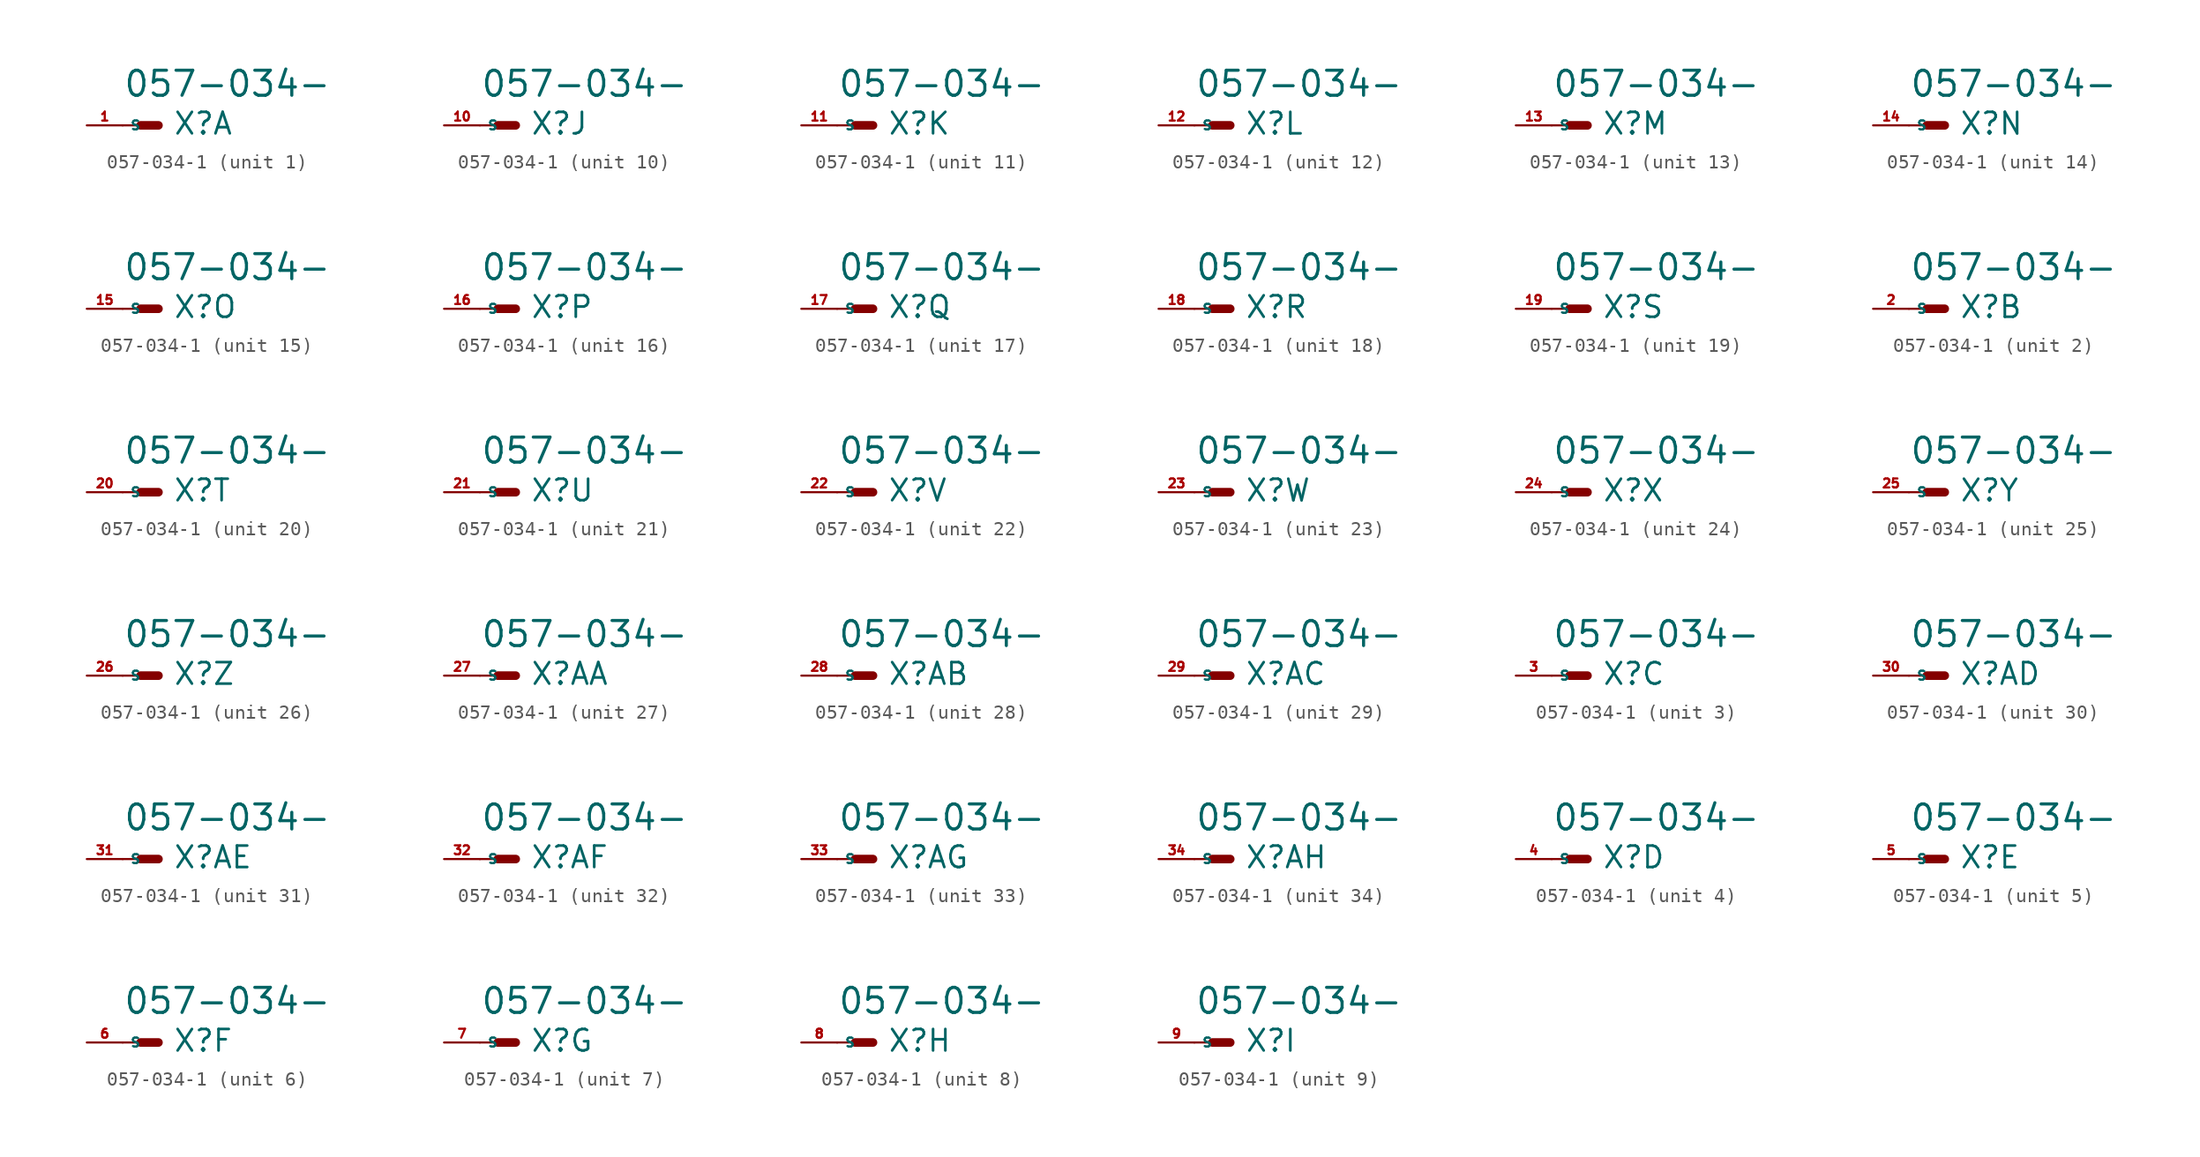
<source format=kicad_sym>
(kicad_symbol_lib
  (version 20220914)
  (generator Eagle2Kicad)
  (symbol "057-034-1"
    (property "Reference" "X"
      (at 1.016 -0.762 0)
      (effects (font (size 1.524 1.524) (thickness 0.19)) (justify left bottom)))
    (property "Value" "057-034-"
      (at -2.54 1.905 0)
      (effects (font (size 1.778 1.778) (thickness 0.22)) (justify left bottom)))
    (symbol "057-034-1_1_0"
      (polyline (pts (xy 0 0) (xy -1.27 0)) (stroke (width 0.61) (type default)) (fill (type none)))
      (polyline (pts (xy -2.54 0) (xy -1.27 0)) (stroke (width 0.152) (type default)) (fill (type none)))
      (pin passive line (at -5.08 0 0) (length 2.54) (name "S" (effects (font (size 0.635 0.635) (thickness 0.08)) (justify left bottom))) (number "1" (effects (font (size 0.635 0.635) (thickness 0.08)) (justify left bottom)))))
    (symbol "057-034-1_2_0"
      (polyline (pts (xy 0 0) (xy -1.27 0)) (stroke (width 0.61) (type default)) (fill (type none)))
      (polyline (pts (xy -2.54 0) (xy -1.27 0)) (stroke (width 0.152) (type default)) (fill (type none)))
      (pin passive line (at -5.08 0 0) (length 2.54) (name "S" (effects (font (size 0.635 0.635) (thickness 0.08)) (justify left bottom))) (number "2" (effects (font (size 0.635 0.635) (thickness 0.08)) (justify left bottom)))))
    (symbol "057-034-1_3_0"
      (polyline (pts (xy 0 0) (xy -1.27 0)) (stroke (width 0.61) (type default)) (fill (type none)))
      (polyline (pts (xy -2.54 0) (xy -1.27 0)) (stroke (width 0.152) (type default)) (fill (type none)))
      (pin passive line (at -5.08 0 0) (length 2.54) (name "S" (effects (font (size 0.635 0.635) (thickness 0.08)) (justify left bottom))) (number "3" (effects (font (size 0.635 0.635) (thickness 0.08)) (justify left bottom)))))
    (symbol "057-034-1_4_0"
      (polyline (pts (xy 0 0) (xy -1.27 0)) (stroke (width 0.61) (type default)) (fill (type none)))
      (polyline (pts (xy -2.54 0) (xy -1.27 0)) (stroke (width 0.152) (type default)) (fill (type none)))
      (pin passive line (at -5.08 0 0) (length 2.54) (name "S" (effects (font (size 0.635 0.635) (thickness 0.08)) (justify left bottom))) (number "4" (effects (font (size 0.635 0.635) (thickness 0.08)) (justify left bottom)))))
    (symbol "057-034-1_5_0"
      (polyline (pts (xy 0 0) (xy -1.27 0)) (stroke (width 0.61) (type default)) (fill (type none)))
      (polyline (pts (xy -2.54 0) (xy -1.27 0)) (stroke (width 0.152) (type default)) (fill (type none)))
      (pin passive line (at -5.08 0 0) (length 2.54) (name "S" (effects (font (size 0.635 0.635) (thickness 0.08)) (justify left bottom))) (number "5" (effects (font (size 0.635 0.635) (thickness 0.08)) (justify left bottom)))))
    (symbol "057-034-1_6_0"
      (polyline (pts (xy 0 0) (xy -1.27 0)) (stroke (width 0.61) (type default)) (fill (type none)))
      (polyline (pts (xy -2.54 0) (xy -1.27 0)) (stroke (width 0.152) (type default)) (fill (type none)))
      (pin passive line (at -5.08 0 0) (length 2.54) (name "S" (effects (font (size 0.635 0.635) (thickness 0.08)) (justify left bottom))) (number "6" (effects (font (size 0.635 0.635) (thickness 0.08)) (justify left bottom)))))
    (symbol "057-034-1_7_0"
      (polyline (pts (xy 0 0) (xy -1.27 0)) (stroke (width 0.61) (type default)) (fill (type none)))
      (polyline (pts (xy -2.54 0) (xy -1.27 0)) (stroke (width 0.152) (type default)) (fill (type none)))
      (pin passive line (at -5.08 0 0) (length 2.54) (name "S" (effects (font (size 0.635 0.635) (thickness 0.08)) (justify left bottom))) (number "7" (effects (font (size 0.635 0.635) (thickness 0.08)) (justify left bottom)))))
    (symbol "057-034-1_8_0"
      (polyline (pts (xy 0 0) (xy -1.27 0)) (stroke (width 0.61) (type default)) (fill (type none)))
      (polyline (pts (xy -2.54 0) (xy -1.27 0)) (stroke (width 0.152) (type default)) (fill (type none)))
      (pin passive line (at -5.08 0 0) (length 2.54) (name "S" (effects (font (size 0.635 0.635) (thickness 0.08)) (justify left bottom))) (number "8" (effects (font (size 0.635 0.635) (thickness 0.08)) (justify left bottom)))))
    (symbol "057-034-1_9_0"
      (polyline (pts (xy 0 0) (xy -1.27 0)) (stroke (width 0.61) (type default)) (fill (type none)))
      (polyline (pts (xy -2.54 0) (xy -1.27 0)) (stroke (width 0.152) (type default)) (fill (type none)))
      (pin passive line (at -5.08 0 0) (length 2.54) (name "S" (effects (font (size 0.635 0.635) (thickness 0.08)) (justify left bottom))) (number "9" (effects (font (size 0.635 0.635) (thickness 0.08)) (justify left bottom)))))
    (symbol "057-034-1_10_0"
      (polyline (pts (xy 0 0) (xy -1.27 0)) (stroke (width 0.61) (type default)) (fill (type none)))
      (polyline (pts (xy -2.54 0) (xy -1.27 0)) (stroke (width 0.152) (type default)) (fill (type none)))
      (pin passive line (at -5.08 0 0) (length 2.54) (name "S" (effects (font (size 0.635 0.635) (thickness 0.08)) (justify left bottom))) (number "10" (effects (font (size 0.635 0.635) (thickness 0.08)) (justify left bottom)))))
    (symbol "057-034-1_11_0"
      (polyline (pts (xy 0 0) (xy -1.27 0)) (stroke (width 0.61) (type default)) (fill (type none)))
      (polyline (pts (xy -2.54 0) (xy -1.27 0)) (stroke (width 0.152) (type default)) (fill (type none)))
      (pin passive line (at -5.08 0 0) (length 2.54) (name "S" (effects (font (size 0.635 0.635) (thickness 0.08)) (justify left bottom))) (number "11" (effects (font (size 0.635 0.635) (thickness 0.08)) (justify left bottom)))))
    (symbol "057-034-1_12_0"
      (polyline (pts (xy 0 0) (xy -1.27 0)) (stroke (width 0.61) (type default)) (fill (type none)))
      (polyline (pts (xy -2.54 0) (xy -1.27 0)) (stroke (width 0.152) (type default)) (fill (type none)))
      (pin passive line (at -5.08 0 0) (length 2.54) (name "S" (effects (font (size 0.635 0.635) (thickness 0.08)) (justify left bottom))) (number "12" (effects (font (size 0.635 0.635) (thickness 0.08)) (justify left bottom)))))
    (symbol "057-034-1_13_0"
      (polyline (pts (xy 0 0) (xy -1.27 0)) (stroke (width 0.61) (type default)) (fill (type none)))
      (polyline (pts (xy -2.54 0) (xy -1.27 0)) (stroke (width 0.152) (type default)) (fill (type none)))
      (pin passive line (at -5.08 0 0) (length 2.54) (name "S" (effects (font (size 0.635 0.635) (thickness 0.08)) (justify left bottom))) (number "13" (effects (font (size 0.635 0.635) (thickness 0.08)) (justify left bottom)))))
    (symbol "057-034-1_14_0"
      (polyline (pts (xy 0 0) (xy -1.27 0)) (stroke (width 0.61) (type default)) (fill (type none)))
      (polyline (pts (xy -2.54 0) (xy -1.27 0)) (stroke (width 0.152) (type default)) (fill (type none)))
      (pin passive line (at -5.08 0 0) (length 2.54) (name "S" (effects (font (size 0.635 0.635) (thickness 0.08)) (justify left bottom))) (number "14" (effects (font (size 0.635 0.635) (thickness 0.08)) (justify left bottom)))))
    (symbol "057-034-1_15_0"
      (polyline (pts (xy 0 0) (xy -1.27 0)) (stroke (width 0.61) (type default)) (fill (type none)))
      (polyline (pts (xy -2.54 0) (xy -1.27 0)) (stroke (width 0.152) (type default)) (fill (type none)))
      (pin passive line (at -5.08 0 0) (length 2.54) (name "S" (effects (font (size 0.635 0.635) (thickness 0.08)) (justify left bottom))) (number "15" (effects (font (size 0.635 0.635) (thickness 0.08)) (justify left bottom)))))
    (symbol "057-034-1_16_0"
      (polyline (pts (xy 0 0) (xy -1.27 0)) (stroke (width 0.61) (type default)) (fill (type none)))
      (polyline (pts (xy -2.54 0) (xy -1.27 0)) (stroke (width 0.152) (type default)) (fill (type none)))
      (pin passive line (at -5.08 0 0) (length 2.54) (name "S" (effects (font (size 0.635 0.635) (thickness 0.08)) (justify left bottom))) (number "16" (effects (font (size 0.635 0.635) (thickness 0.08)) (justify left bottom)))))
    (symbol "057-034-1_17_0"
      (polyline (pts (xy 0 0) (xy -1.27 0)) (stroke (width 0.61) (type default)) (fill (type none)))
      (polyline (pts (xy -2.54 0) (xy -1.27 0)) (stroke (width 0.152) (type default)) (fill (type none)))
      (pin passive line (at -5.08 0 0) (length 2.54) (name "S" (effects (font (size 0.635 0.635) (thickness 0.08)) (justify left bottom))) (number "17" (effects (font (size 0.635 0.635) (thickness 0.08)) (justify left bottom)))))
    (symbol "057-034-1_18_0"
      (polyline (pts (xy 0 0) (xy -1.27 0)) (stroke (width 0.61) (type default)) (fill (type none)))
      (polyline (pts (xy -2.54 0) (xy -1.27 0)) (stroke (width 0.152) (type default)) (fill (type none)))
      (pin passive line (at -5.08 0 0) (length 2.54) (name "S" (effects (font (size 0.635 0.635) (thickness 0.08)) (justify left bottom))) (number "18" (effects (font (size 0.635 0.635) (thickness 0.08)) (justify left bottom)))))
    (symbol "057-034-1_19_0"
      (polyline (pts (xy 0 0) (xy -1.27 0)) (stroke (width 0.61) (type default)) (fill (type none)))
      (polyline (pts (xy -2.54 0) (xy -1.27 0)) (stroke (width 0.152) (type default)) (fill (type none)))
      (pin passive line (at -5.08 0 0) (length 2.54) (name "S" (effects (font (size 0.635 0.635) (thickness 0.08)) (justify left bottom))) (number "19" (effects (font (size 0.635 0.635) (thickness 0.08)) (justify left bottom)))))
    (symbol "057-034-1_20_0"
      (polyline (pts (xy 0 0) (xy -1.27 0)) (stroke (width 0.61) (type default)) (fill (type none)))
      (polyline (pts (xy -2.54 0) (xy -1.27 0)) (stroke (width 0.152) (type default)) (fill (type none)))
      (pin passive line (at -5.08 0 0) (length 2.54) (name "S" (effects (font (size 0.635 0.635) (thickness 0.08)) (justify left bottom))) (number "20" (effects (font (size 0.635 0.635) (thickness 0.08)) (justify left bottom)))))
    (symbol "057-034-1_21_0"
      (polyline (pts (xy 0 0) (xy -1.27 0)) (stroke (width 0.61) (type default)) (fill (type none)))
      (polyline (pts (xy -2.54 0) (xy -1.27 0)) (stroke (width 0.152) (type default)) (fill (type none)))
      (pin passive line (at -5.08 0 0) (length 2.54) (name "S" (effects (font (size 0.635 0.635) (thickness 0.08)) (justify left bottom))) (number "21" (effects (font (size 0.635 0.635) (thickness 0.08)) (justify left bottom)))))
    (symbol "057-034-1_22_0"
      (polyline (pts (xy 0 0) (xy -1.27 0)) (stroke (width 0.61) (type default)) (fill (type none)))
      (polyline (pts (xy -2.54 0) (xy -1.27 0)) (stroke (width 0.152) (type default)) (fill (type none)))
      (pin passive line (at -5.08 0 0) (length 2.54) (name "S" (effects (font (size 0.635 0.635) (thickness 0.08)) (justify left bottom))) (number "22" (effects (font (size 0.635 0.635) (thickness 0.08)) (justify left bottom)))))
    (symbol "057-034-1_23_0"
      (polyline (pts (xy 0 0) (xy -1.27 0)) (stroke (width 0.61) (type default)) (fill (type none)))
      (polyline (pts (xy -2.54 0) (xy -1.27 0)) (stroke (width 0.152) (type default)) (fill (type none)))
      (pin passive line (at -5.08 0 0) (length 2.54) (name "S" (effects (font (size 0.635 0.635) (thickness 0.08)) (justify left bottom))) (number "23" (effects (font (size 0.635 0.635) (thickness 0.08)) (justify left bottom)))))
    (symbol "057-034-1_24_0"
      (polyline (pts (xy 0 0) (xy -1.27 0)) (stroke (width 0.61) (type default)) (fill (type none)))
      (polyline (pts (xy -2.54 0) (xy -1.27 0)) (stroke (width 0.152) (type default)) (fill (type none)))
      (pin passive line (at -5.08 0 0) (length 2.54) (name "S" (effects (font (size 0.635 0.635) (thickness 0.08)) (justify left bottom))) (number "24" (effects (font (size 0.635 0.635) (thickness 0.08)) (justify left bottom)))))
    (symbol "057-034-1_25_0"
      (polyline (pts (xy 0 0) (xy -1.27 0)) (stroke (width 0.61) (type default)) (fill (type none)))
      (polyline (pts (xy -2.54 0) (xy -1.27 0)) (stroke (width 0.152) (type default)) (fill (type none)))
      (pin passive line (at -5.08 0 0) (length 2.54) (name "S" (effects (font (size 0.635 0.635) (thickness 0.08)) (justify left bottom))) (number "25" (effects (font (size 0.635 0.635) (thickness 0.08)) (justify left bottom)))))
    (symbol "057-034-1_26_0"
      (polyline (pts (xy 0 0) (xy -1.27 0)) (stroke (width 0.61) (type default)) (fill (type none)))
      (polyline (pts (xy -2.54 0) (xy -1.27 0)) (stroke (width 0.152) (type default)) (fill (type none)))
      (pin passive line (at -5.08 0 0) (length 2.54) (name "S" (effects (font (size 0.635 0.635) (thickness 0.08)) (justify left bottom))) (number "26" (effects (font (size 0.635 0.635) (thickness 0.08)) (justify left bottom)))))
    (symbol "057-034-1_27_0"
      (polyline (pts (xy 0 0) (xy -1.27 0)) (stroke (width 0.61) (type default)) (fill (type none)))
      (polyline (pts (xy -2.54 0) (xy -1.27 0)) (stroke (width 0.152) (type default)) (fill (type none)))
      (pin passive line (at -5.08 0 0) (length 2.54) (name "S" (effects (font (size 0.635 0.635) (thickness 0.08)) (justify left bottom))) (number "27" (effects (font (size 0.635 0.635) (thickness 0.08)) (justify left bottom)))))
    (symbol "057-034-1_28_0"
      (polyline (pts (xy 0 0) (xy -1.27 0)) (stroke (width 0.61) (type default)) (fill (type none)))
      (polyline (pts (xy -2.54 0) (xy -1.27 0)) (stroke (width 0.152) (type default)) (fill (type none)))
      (pin passive line (at -5.08 0 0) (length 2.54) (name "S" (effects (font (size 0.635 0.635) (thickness 0.08)) (justify left bottom))) (number "28" (effects (font (size 0.635 0.635) (thickness 0.08)) (justify left bottom)))))
    (symbol "057-034-1_29_0"
      (polyline (pts (xy 0 0) (xy -1.27 0)) (stroke (width 0.61) (type default)) (fill (type none)))
      (polyline (pts (xy -2.54 0) (xy -1.27 0)) (stroke (width 0.152) (type default)) (fill (type none)))
      (pin passive line (at -5.08 0 0) (length 2.54) (name "S" (effects (font (size 0.635 0.635) (thickness 0.08)) (justify left bottom))) (number "29" (effects (font (size 0.635 0.635) (thickness 0.08)) (justify left bottom)))))
    (symbol "057-034-1_30_0"
      (polyline (pts (xy 0 0) (xy -1.27 0)) (stroke (width 0.61) (type default)) (fill (type none)))
      (polyline (pts (xy -2.54 0) (xy -1.27 0)) (stroke (width 0.152) (type default)) (fill (type none)))
      (pin passive line (at -5.08 0 0) (length 2.54) (name "S" (effects (font (size 0.635 0.635) (thickness 0.08)) (justify left bottom))) (number "30" (effects (font (size 0.635 0.635) (thickness 0.08)) (justify left bottom)))))
    (symbol "057-034-1_31_0"
      (polyline (pts (xy 0 0) (xy -1.27 0)) (stroke (width 0.61) (type default)) (fill (type none)))
      (polyline (pts (xy -2.54 0) (xy -1.27 0)) (stroke (width 0.152) (type default)) (fill (type none)))
      (pin passive line (at -5.08 0 0) (length 2.54) (name "S" (effects (font (size 0.635 0.635) (thickness 0.08)) (justify left bottom))) (number "31" (effects (font (size 0.635 0.635) (thickness 0.08)) (justify left bottom)))))
    (symbol "057-034-1_32_0"
      (polyline (pts (xy 0 0) (xy -1.27 0)) (stroke (width 0.61) (type default)) (fill (type none)))
      (polyline (pts (xy -2.54 0) (xy -1.27 0)) (stroke (width 0.152) (type default)) (fill (type none)))
      (pin passive line (at -5.08 0 0) (length 2.54) (name "S" (effects (font (size 0.635 0.635) (thickness 0.08)) (justify left bottom))) (number "32" (effects (font (size 0.635 0.635) (thickness 0.08)) (justify left bottom)))))
    (symbol "057-034-1_33_0"
      (polyline (pts (xy 0 0) (xy -1.27 0)) (stroke (width 0.61) (type default)) (fill (type none)))
      (polyline (pts (xy -2.54 0) (xy -1.27 0)) (stroke (width 0.152) (type default)) (fill (type none)))
      (pin passive line (at -5.08 0 0) (length 2.54) (name "S" (effects (font (size 0.635 0.635) (thickness 0.08)) (justify left bottom))) (number "33" (effects (font (size 0.635 0.635) (thickness 0.08)) (justify left bottom)))))
    (symbol "057-034-1_34_0"
      (polyline (pts (xy 0 0) (xy -1.27 0)) (stroke (width 0.61) (type default)) (fill (type none)))
      (polyline (pts (xy -2.54 0) (xy -1.27 0)) (stroke (width 0.152) (type default)) (fill (type none)))
      (pin passive line (at -5.08 0 0) (length 2.54) (name "S" (effects (font (size 0.635 0.635) (thickness 0.08)) (justify left bottom))) (number "34" (effects (font (size 0.635 0.635) (thickness 0.08)) (justify left bottom)))))))
</source>
